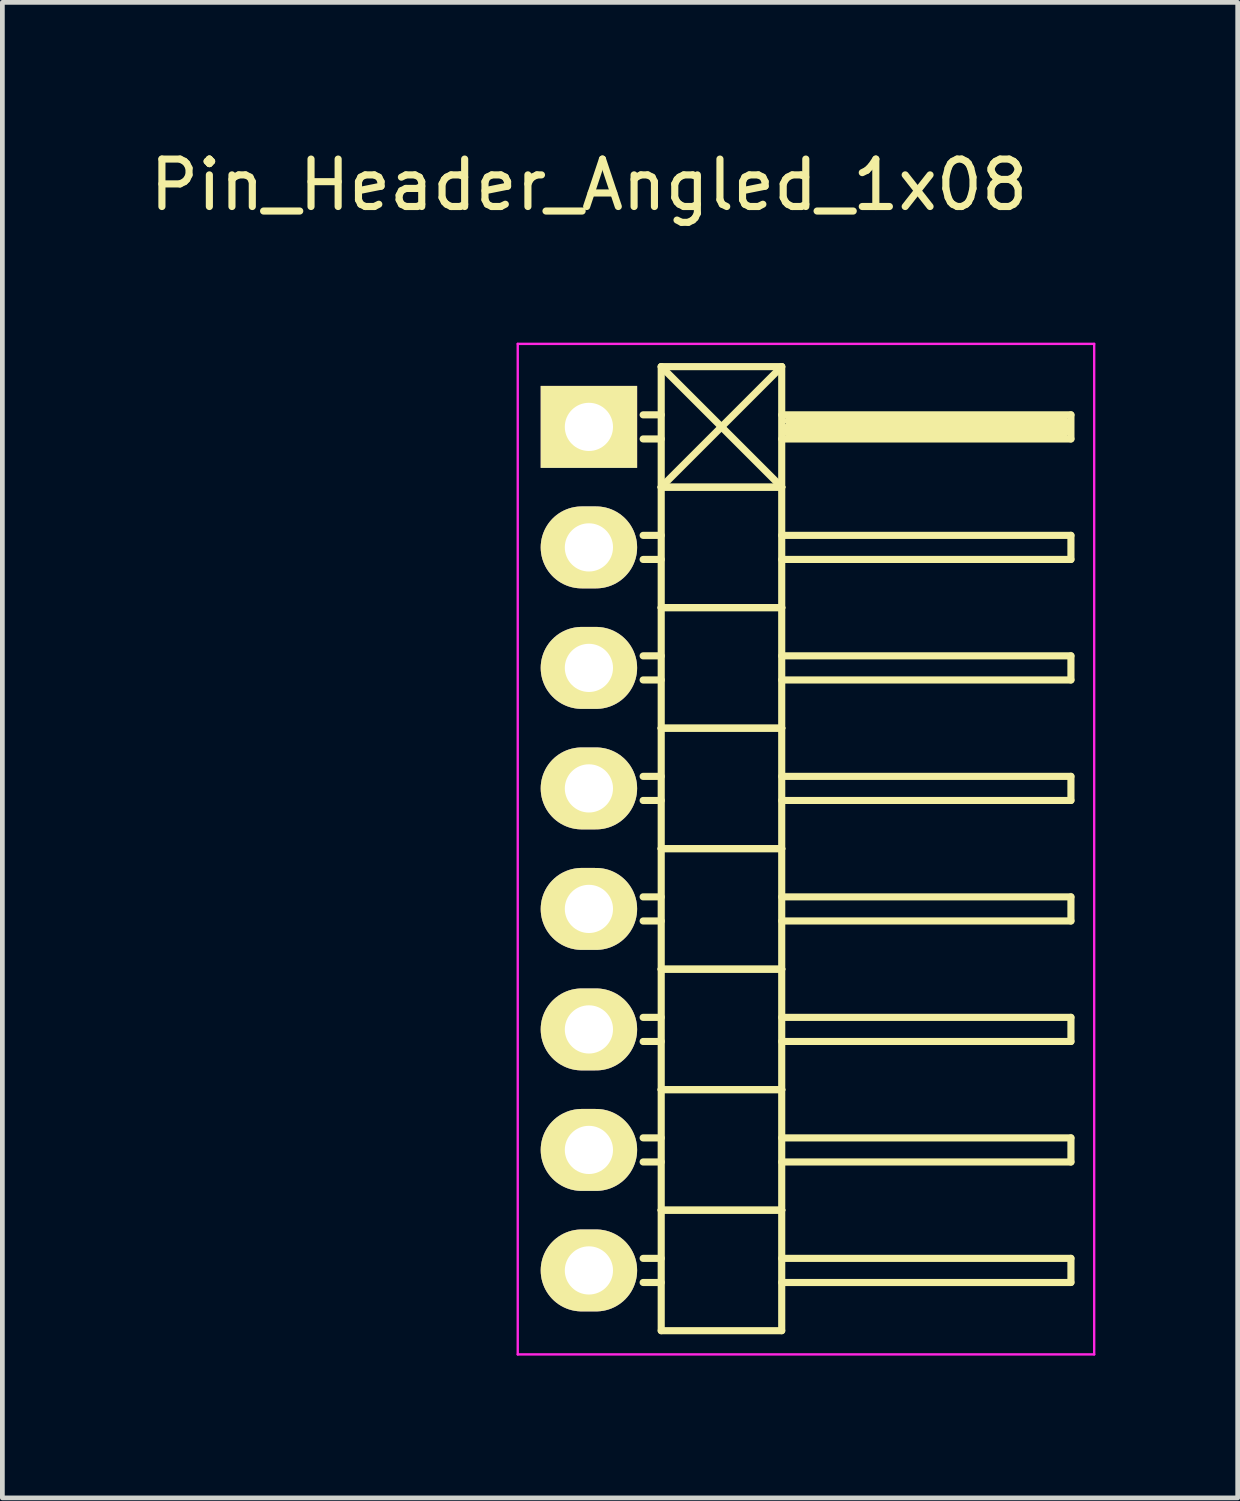
<source format=kicad_pcb>
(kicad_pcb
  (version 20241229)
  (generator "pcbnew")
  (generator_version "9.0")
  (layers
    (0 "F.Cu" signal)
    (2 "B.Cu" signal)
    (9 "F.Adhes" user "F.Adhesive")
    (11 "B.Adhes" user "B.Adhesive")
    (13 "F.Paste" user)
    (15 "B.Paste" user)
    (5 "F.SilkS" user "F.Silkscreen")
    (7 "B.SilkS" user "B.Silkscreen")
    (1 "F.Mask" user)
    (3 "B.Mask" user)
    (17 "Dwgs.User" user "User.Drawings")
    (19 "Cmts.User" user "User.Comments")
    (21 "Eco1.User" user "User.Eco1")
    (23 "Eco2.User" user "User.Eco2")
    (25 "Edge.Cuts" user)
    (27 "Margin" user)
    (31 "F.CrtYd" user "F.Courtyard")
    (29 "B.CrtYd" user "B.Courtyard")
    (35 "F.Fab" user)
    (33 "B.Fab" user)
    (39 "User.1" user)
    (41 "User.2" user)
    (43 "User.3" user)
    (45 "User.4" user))
  (footprint "Pin_Header_Angled_1x08"
    (layer "F.Cu")
    (at 9.363 5.948)
    (property "Reference" "Pin_Header_Angled_1x08" (at 0 -5.1 0) (layer "F.SilkS") (effects (font (size 1 1) (thickness 0.15))))
    (attr through_hole)
    (fp_line (start 1.524 -1.27) (end 1.524 1.27) (stroke (width 0.15) (type solid)) (layer "F.SilkS"))
    (fp_line (start 1.524 -1.27) (end 4.064 -1.27) (stroke (width 0.15) (type solid)) (layer "F.SilkS"))
    (fp_line (start 1.524 -0.254) (end 1.143 -0.254) (stroke (width 0.15) (type solid)) (layer "F.SilkS"))
    (fp_line (start 1.524 0.254) (end 1.143 0.254) (stroke (width 0.15) (type solid)) (layer "F.SilkS"))
    (fp_line (start 1.524 1.27) (end 1.524 3.81) (stroke (width 0.15) (type solid)) (layer "F.SilkS"))
    (fp_line (start 1.524 1.27) (end 4.064 1.27) (stroke (width 0.15) (type solid)) (layer "F.SilkS"))
    (fp_line (start 1.524 1.27) (end 4.064 1.27) (stroke (width 0.15) (type solid)) (layer "F.SilkS"))
    (fp_line (start 1.524 2.286) (end 1.143 2.286) (stroke (width 0.15) (type solid)) (layer "F.SilkS"))
    (fp_line (start 1.524 2.794) (end 1.143 2.794) (stroke (width 0.15) (type solid)) (layer "F.SilkS"))
    (fp_line (start 1.524 3.81) (end 1.524 6.35) (stroke (width 0.15) (type solid)) (layer "F.SilkS"))
    (fp_line (start 1.524 3.81) (end 4.064 3.81) (stroke (width 0.15) (type solid)) (layer "F.SilkS"))
    (fp_line (start 1.524 3.81) (end 4.064 3.81) (stroke (width 0.15) (type solid)) (layer "F.SilkS"))
    (fp_line (start 1.524 4.826) (end 1.143 4.826) (stroke (width 0.15) (type solid)) (layer "F.SilkS"))
    (fp_line (start 1.524 5.334) (end 1.143 5.334) (stroke (width 0.15) (type solid)) (layer "F.SilkS"))
    (fp_line (start 1.524 6.35) (end 1.524 8.89) (stroke (width 0.15) (type solid)) (layer "F.SilkS"))
    (fp_line (start 1.524 6.35) (end 4.064 6.35) (stroke (width 0.15) (type solid)) (layer "F.SilkS"))
    (fp_line (start 1.524 6.35) (end 4.064 6.35) (stroke (width 0.15) (type solid)) (layer "F.SilkS"))
    (fp_line (start 1.524 7.366) (end 1.143 7.366) (stroke (width 0.15) (type solid)) (layer "F.SilkS"))
    (fp_line (start 1.524 7.874) (end 1.143 7.874) (stroke (width 0.15) (type solid)) (layer "F.SilkS"))
    (fp_line (start 1.524 8.89) (end 1.524 11.43) (stroke (width 0.15) (type solid)) (layer "F.SilkS"))
    (fp_line (start 1.524 8.89) (end 4.064 8.89) (stroke (width 0.15) (type solid)) (layer "F.SilkS"))
    (fp_line (start 1.524 8.89) (end 4.064 8.89) (stroke (width 0.15) (type solid)) (layer "F.SilkS"))
    (fp_line (start 1.524 9.906) (end 1.143 9.906) (stroke (width 0.15) (type solid)) (layer "F.SilkS"))
    (fp_line (start 1.524 10.414) (end 1.143 10.414) (stroke (width 0.15) (type solid)) (layer "F.SilkS"))
    (fp_line (start 1.524 11.43) (end 1.524 13.97) (stroke (width 0.15) (type solid)) (layer "F.SilkS"))
    (fp_line (start 1.524 11.43) (end 4.064 11.43) (stroke (width 0.15) (type solid)) (layer "F.SilkS"))
    (fp_line (start 1.524 11.43) (end 4.064 11.43) (stroke (width 0.15) (type solid)) (layer "F.SilkS"))
    (fp_line (start 1.524 12.446) (end 1.143 12.446) (stroke (width 0.15) (type solid)) (layer "F.SilkS"))
    (fp_line (start 1.524 12.954) (end 1.143 12.954) (stroke (width 0.15) (type solid)) (layer "F.SilkS"))
    (fp_line (start 1.524 13.97) (end 1.524 16.51) (stroke (width 0.15) (type solid)) (layer "F.SilkS"))
    (fp_line (start 1.524 13.97) (end 4.064 13.97) (stroke (width 0.15) (type solid)) (layer "F.SilkS"))
    (fp_line (start 1.524 13.97) (end 4.064 13.97) (stroke (width 0.15) (type solid)) (layer "F.SilkS"))
    (fp_line (start 1.524 14.986) (end 1.143 14.986) (stroke (width 0.15) (type solid)) (layer "F.SilkS"))
    (fp_line (start 1.524 15.494) (end 1.143 15.494) (stroke (width 0.15) (type solid)) (layer "F.SilkS"))
    (fp_line (start 1.524 16.51) (end 1.524 19.05) (stroke (width 0.15) (type solid)) (layer "F.SilkS"))
    (fp_line (start 1.524 16.51) (end 4.064 16.51) (stroke (width 0.15) (type solid)) (layer "F.SilkS"))
    (fp_line (start 1.524 16.51) (end 4.064 16.51) (stroke (width 0.15) (type solid)) (layer "F.SilkS"))
    (fp_line (start 1.524 17.526) (end 1.143 17.526) (stroke (width 0.15) (type solid)) (layer "F.SilkS"))
    (fp_line (start 1.524 18.034) (end 1.143 18.034) (stroke (width 0.15) (type solid)) (layer "F.SilkS"))
    (fp_line (start 1.524 19.05) (end 4.064 19.05) (stroke (width 0.15) (type solid)) (layer "F.SilkS"))
    (fp_line (start 4.064 -1.27) (end 1.524 1.27) (stroke (width 0.15) (type solid)) (layer "F.SilkS"))
    (fp_line (start 4.064 -0.254) (end 10.16 -0.254) (stroke (width 0.15) (type solid)) (layer "F.SilkS"))
    (fp_line (start 4.064 1.27) (end 1.524 -1.27) (stroke (width 0.15) (type solid)) (layer "F.SilkS"))
    (fp_line (start 4.064 1.27) (end 4.064 -1.27) (stroke (width 0.15) (type solid)) (layer "F.SilkS"))
    (fp_line (start 4.064 2.286) (end 10.16 2.286) (stroke (width 0.15) (type solid)) (layer "F.SilkS"))
    (fp_line (start 4.064 3.81) (end 4.064 1.27) (stroke (width 0.15) (type solid)) (layer "F.SilkS"))
    (fp_line (start 4.064 4.826) (end 10.16 4.826) (stroke (width 0.15) (type solid)) (layer "F.SilkS"))
    (fp_line (start 4.064 6.35) (end 4.064 3.81) (stroke (width 0.15) (type solid)) (layer "F.SilkS"))
    (fp_line (start 4.064 7.366) (end 10.16 7.366) (stroke (width 0.15) (type solid)) (layer "F.SilkS"))
    (fp_line (start 4.064 8.89) (end 4.064 6.35) (stroke (width 0.15) (type solid)) (layer "F.SilkS"))
    (fp_line (start 4.064 9.906) (end 10.16 9.906) (stroke (width 0.15) (type solid)) (layer "F.SilkS"))
    (fp_line (start 4.064 11.43) (end 4.064 8.89) (stroke (width 0.15) (type solid)) (layer "F.SilkS"))
    (fp_line (start 4.064 12.446) (end 10.16 12.446) (stroke (width 0.15) (type solid)) (layer "F.SilkS"))
    (fp_line (start 4.064 13.97) (end 4.064 11.43) (stroke (width 0.15) (type solid)) (layer "F.SilkS"))
    (fp_line (start 4.064 14.986) (end 10.16 14.986) (stroke (width 0.15) (type solid)) (layer "F.SilkS"))
    (fp_line (start 4.064 16.51) (end 4.064 13.97) (stroke (width 0.15) (type solid)) (layer "F.SilkS"))
    (fp_line (start 4.064 17.526) (end 10.16 17.526) (stroke (width 0.15) (type solid)) (layer "F.SilkS"))
    (fp_line (start 4.064 19.05) (end 4.064 16.51) (stroke (width 0.15) (type solid)) (layer "F.SilkS"))
    (fp_line (start 4.191 -0.127) (end 10.033 -0.127) (stroke (width 0.15) (type solid)) (layer "F.SilkS"))
    (fp_line (start 4.191 0) (end 10.033 0) (stroke (width 0.15) (type solid)) (layer "F.SilkS"))
    (fp_line (start 4.191 0.127) (end 4.191 0) (stroke (width 0.15) (type solid)) (layer "F.SilkS"))
    (fp_line (start 10.033 -0.127) (end 10.033 0.127) (stroke (width 0.15) (type solid)) (layer "F.SilkS"))
    (fp_line (start 10.033 0.127) (end 4.191 0.127) (stroke (width 0.15) (type solid)) (layer "F.SilkS"))
    (fp_line (start 10.16 -0.254) (end 10.16 0.254) (stroke (width 0.15) (type solid)) (layer "F.SilkS"))
    (fp_line (start 10.16 0.254) (end 4.064 0.254) (stroke (width 0.15) (type solid)) (layer "F.SilkS"))
    (fp_line (start 10.16 2.286) (end 10.16 2.794) (stroke (width 0.15) (type solid)) (layer "F.SilkS"))
    (fp_line (start 10.16 2.794) (end 4.064 2.794) (stroke (width 0.15) (type solid)) (layer "F.SilkS"))
    (fp_line (start 10.16 4.826) (end 10.16 5.334) (stroke (width 0.15) (type solid)) (layer "F.SilkS"))
    (fp_line (start 10.16 5.334) (end 4.064 5.334) (stroke (width 0.15) (type solid)) (layer "F.SilkS"))
    (fp_line (start 10.16 7.366) (end 10.16 7.874) (stroke (width 0.15) (type solid)) (layer "F.SilkS"))
    (fp_line (start 10.16 7.874) (end 4.064 7.874) (stroke (width 0.15) (type solid)) (layer "F.SilkS"))
    (fp_line (start 10.16 9.906) (end 10.16 10.414) (stroke (width 0.15) (type solid)) (layer "F.SilkS"))
    (fp_line (start 10.16 10.414) (end 4.064 10.414) (stroke (width 0.15) (type solid)) (layer "F.SilkS"))
    (fp_line (start 10.16 12.446) (end 10.16 12.954) (stroke (width 0.15) (type solid)) (layer "F.SilkS"))
    (fp_line (start 10.16 12.954) (end 4.064 12.954) (stroke (width 0.15) (type solid)) (layer "F.SilkS"))
    (fp_line (start 10.16 14.986) (end 10.16 15.494) (stroke (width 0.15) (type solid)) (layer "F.SilkS"))
    (fp_line (start 10.16 15.494) (end 4.064 15.494) (stroke (width 0.15) (type solid)) (layer "F.SilkS"))
    (fp_line (start 10.16 17.526) (end 10.16 18.034) (stroke (width 0.15) (type solid)) (layer "F.SilkS"))
    (fp_line (start 10.16 18.034) (end 4.064 18.034) (stroke (width 0.15) (type solid)) (layer "F.SilkS"))
    (fp_line (start -1.5 -1.75) (end -1.5 19.55) (stroke (width 0.05) (type solid)) (layer "F.CrtYd"))
    (fp_line (start -1.5 -1.75) (end 10.65 -1.75) (stroke (width 0.05) (type solid)) (layer "F.CrtYd"))
    (fp_line (start -1.5 19.55) (end 10.65 19.55) (stroke (width 0.05) (type solid)) (layer "F.CrtYd"))
    (fp_line (start 10.65 -1.75) (end 10.65 19.55) (stroke (width 0.05) (type solid)) (layer "F.CrtYd"))
    (pad "1" thru_hole rect (at 0 0) (size 2.032 1.727) (drill 1.016) (layers "*.Cu" "*.Mask" "F.SilkS"))
    (pad "2" thru_hole oval (at 0 2.54) (size 2.032 1.727) (drill 1.016) (layers "*.Cu" "*.Mask" "F.SilkS"))
    (pad "3" thru_hole oval (at 0 5.08) (size 2.032 1.727) (drill 1.016) (layers "*.Cu" "*.Mask" "F.SilkS"))
    (pad "4" thru_hole oval (at 0 7.62) (size 2.032 1.727) (drill 1.016) (layers "*.Cu" "*.Mask" "F.SilkS"))
    (pad "5" thru_hole oval (at 0 10.16) (size 2.032 1.727) (drill 1.016) (layers "*.Cu" "*.Mask" "F.SilkS"))
    (pad "6" thru_hole oval (at 0 12.7) (size 2.032 1.727) (drill 1.016) (layers "*.Cu" "*.Mask" "F.SilkS"))
    (pad "7" thru_hole oval (at 0 15.24) (size 2.032 1.727) (drill 1.016) (layers "*.Cu" "*.Mask" "F.SilkS"))
    (pad "8" thru_hole oval (at 0 17.78) (size 2.032 1.727) (drill 1.016) (layers "*.Cu" "*.Mask" "F.SilkS")))
  (gr_rect
    (start -3 -3)
    (end 23.038 28.523)
    (stroke (width 0.1) (type default))
    (fill no)
    (layer "Edge.Cuts")))
</source>
